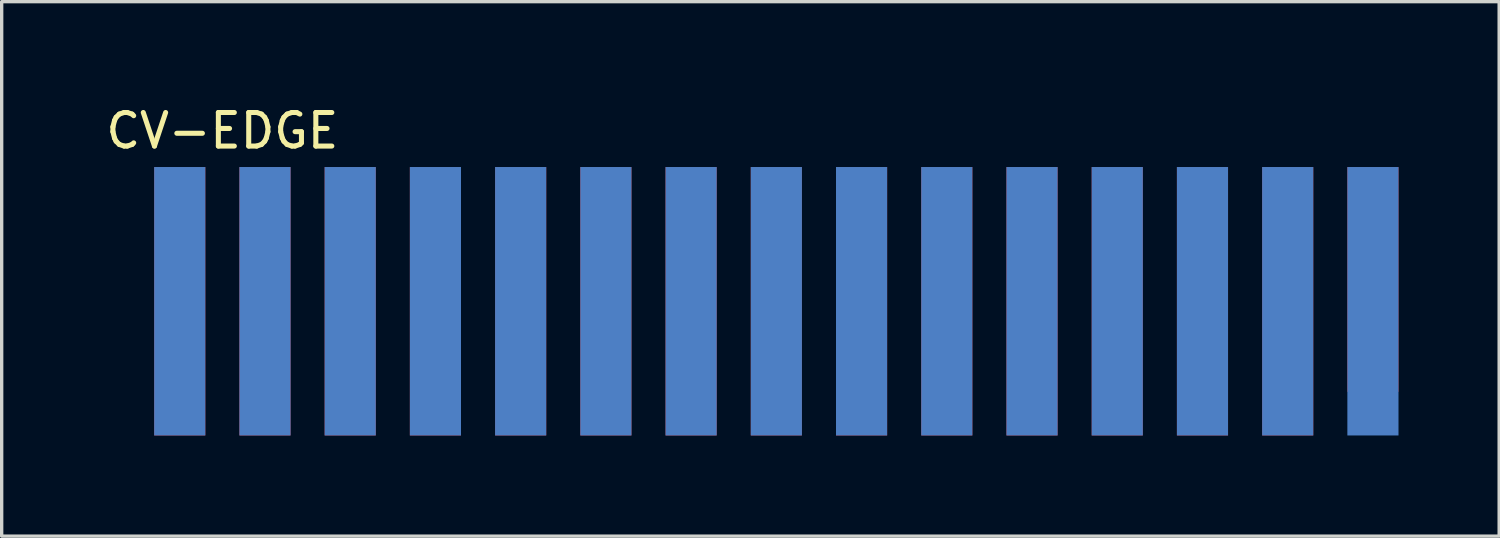
<source format=kicad_pcb>
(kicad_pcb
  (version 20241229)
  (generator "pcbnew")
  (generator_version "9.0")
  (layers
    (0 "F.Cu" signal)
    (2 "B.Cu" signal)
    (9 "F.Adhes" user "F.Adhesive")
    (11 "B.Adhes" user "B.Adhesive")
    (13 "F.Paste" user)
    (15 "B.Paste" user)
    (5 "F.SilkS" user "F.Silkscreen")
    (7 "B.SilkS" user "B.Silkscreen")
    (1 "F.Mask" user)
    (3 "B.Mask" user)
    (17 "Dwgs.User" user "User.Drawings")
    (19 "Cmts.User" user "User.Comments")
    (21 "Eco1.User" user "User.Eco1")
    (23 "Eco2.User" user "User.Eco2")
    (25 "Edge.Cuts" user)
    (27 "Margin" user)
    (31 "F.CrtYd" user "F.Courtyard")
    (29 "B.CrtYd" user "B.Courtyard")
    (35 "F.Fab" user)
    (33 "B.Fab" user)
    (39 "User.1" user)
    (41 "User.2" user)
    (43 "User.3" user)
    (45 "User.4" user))
  (footprint "CV-EDGE"
    (layer "F.Cu")
    (at 2.307 5.928)
    (property "Reference" "CV-EDGE" (at 1.27 -5.08 0) (layer "F.SilkS") (effects (font (size 1 1) (thickness 0.15))))
    (attr through_hole)
    (pad "1" smd rect (at 0 0) (size 1.524 8) (layers "F.Mask" "B.Cu" "F.Paste"))
    (pad "2" smd rect (at 0 0) (size 1.524 8) (layers "F.Cu" "F.Mask" "F.Paste"))
    (pad "3" smd rect (at 2.54 0) (size 1.524 8) (layers "F.Mask" "B.Cu" "F.Paste"))
    (pad "4" smd rect (at 2.54 0) (size 1.524 8) (layers "F.Cu" "F.Mask" "F.Paste"))
    (pad "5" smd rect (at 5.08 0) (size 1.524 8) (layers "F.Mask" "B.Cu" "F.Paste"))
    (pad "6" smd rect (at 5.08 0) (size 1.524 8) (layers "F.Cu" "F.Mask" "F.Paste"))
    (pad "7" smd rect (at 7.62 0) (size 1.524 8) (layers "F.Mask" "B.Cu" "F.Paste"))
    (pad "8" smd rect (at 7.62 0) (size 1.524 8) (layers "F.Cu" "F.Mask" "F.Paste"))
    (pad "9" smd rect (at 10.16 0) (size 1.524 8) (layers "F.Mask" "B.Cu" "F.Paste"))
    (pad "10" smd rect (at 10.16 0) (size 1.524 8) (layers "F.Cu" "F.Mask" "F.Paste"))
    (pad "11" smd rect (at 12.7 0) (size 1.524 8) (layers "F.Mask" "B.Cu" "F.Paste"))
    (pad "12" smd rect (at 12.7 0) (size 1.524 8) (layers "F.Cu" "F.Mask" "F.Paste"))
    (pad "13" smd rect (at 15.24 0) (size 1.524 8) (layers "F.Mask" "B.Cu" "F.Paste"))
    (pad "14" smd rect (at 15.24 0) (size 1.524 8) (layers "F.Cu" "F.Mask" "F.Paste"))
    (pad "15" smd rect (at 17.78 0) (size 1.524 8) (layers "F.Mask" "B.Cu" "F.Paste"))
    (pad "16" smd rect (at 17.78 0) (size 1.524 8) (layers "F.Cu" "F.Mask" "F.Paste"))
    (pad "17" smd rect (at 20.32 0) (size 1.524 8) (layers "F.Mask" "B.Cu" "F.Paste"))
    (pad "18" smd rect (at 20.32 0) (size 1.524 8) (layers "F.Cu" "F.Mask" "F.Paste"))
    (pad "19" smd rect (at 22.86 0) (size 1.524 8) (layers "F.Mask" "B.Cu" "F.Paste"))
    (pad "20" smd rect (at 22.86 0) (size 1.524 8) (layers "F.Cu" "F.Mask" "F.Paste"))
    (pad "21" smd rect (at 25.4 0) (size 1.524 8) (layers "F.Mask" "B.Cu" "F.Paste"))
    (pad "22" smd rect (at 25.4 0) (size 1.524 8) (layers "F.Cu" "F.Mask" "F.Paste"))
    (pad "23" smd rect (at 27.94 0) (size 1.524 8) (layers "F.Mask" "B.Cu" "F.Paste"))
    (pad "24" smd rect (at 27.94 0) (size 1.524 8) (layers "F.Cu" "F.Mask" "F.Paste"))
    (pad "25" smd rect (at 30.48 0) (size 1.524 8) (layers "F.Mask" "B.Cu" "F.Paste"))
    (pad "26" smd rect (at 30.48 0) (size 1.524 8) (layers "F.Cu" "F.Mask" "F.Paste"))
    (pad "27" smd rect (at 33.02 0) (size 1.524 8) (layers "F.Mask" "B.Cu" "F.Paste"))
    (pad "28" smd rect (at 33.02 0) (size 1.524 8) (layers "F.Cu" "F.Mask" "F.Paste"))
    (pad "29" smd rect (at 35.56 0) (size 1.524 8) (layers "F.Mask" "B.Cu" "F.Paste"))
    (pad "30" smd rect (at 35.56 -0.65) (size 1.524 6.7) (layers "F.Cu" "F.Mask" "F.Paste")))
  (gr_rect
    (start -3 -3)
    (end 41.629 12.928)
    (stroke (width 0.1) (type default))
    (fill no)
    (layer "Edge.Cuts")))
</source>
